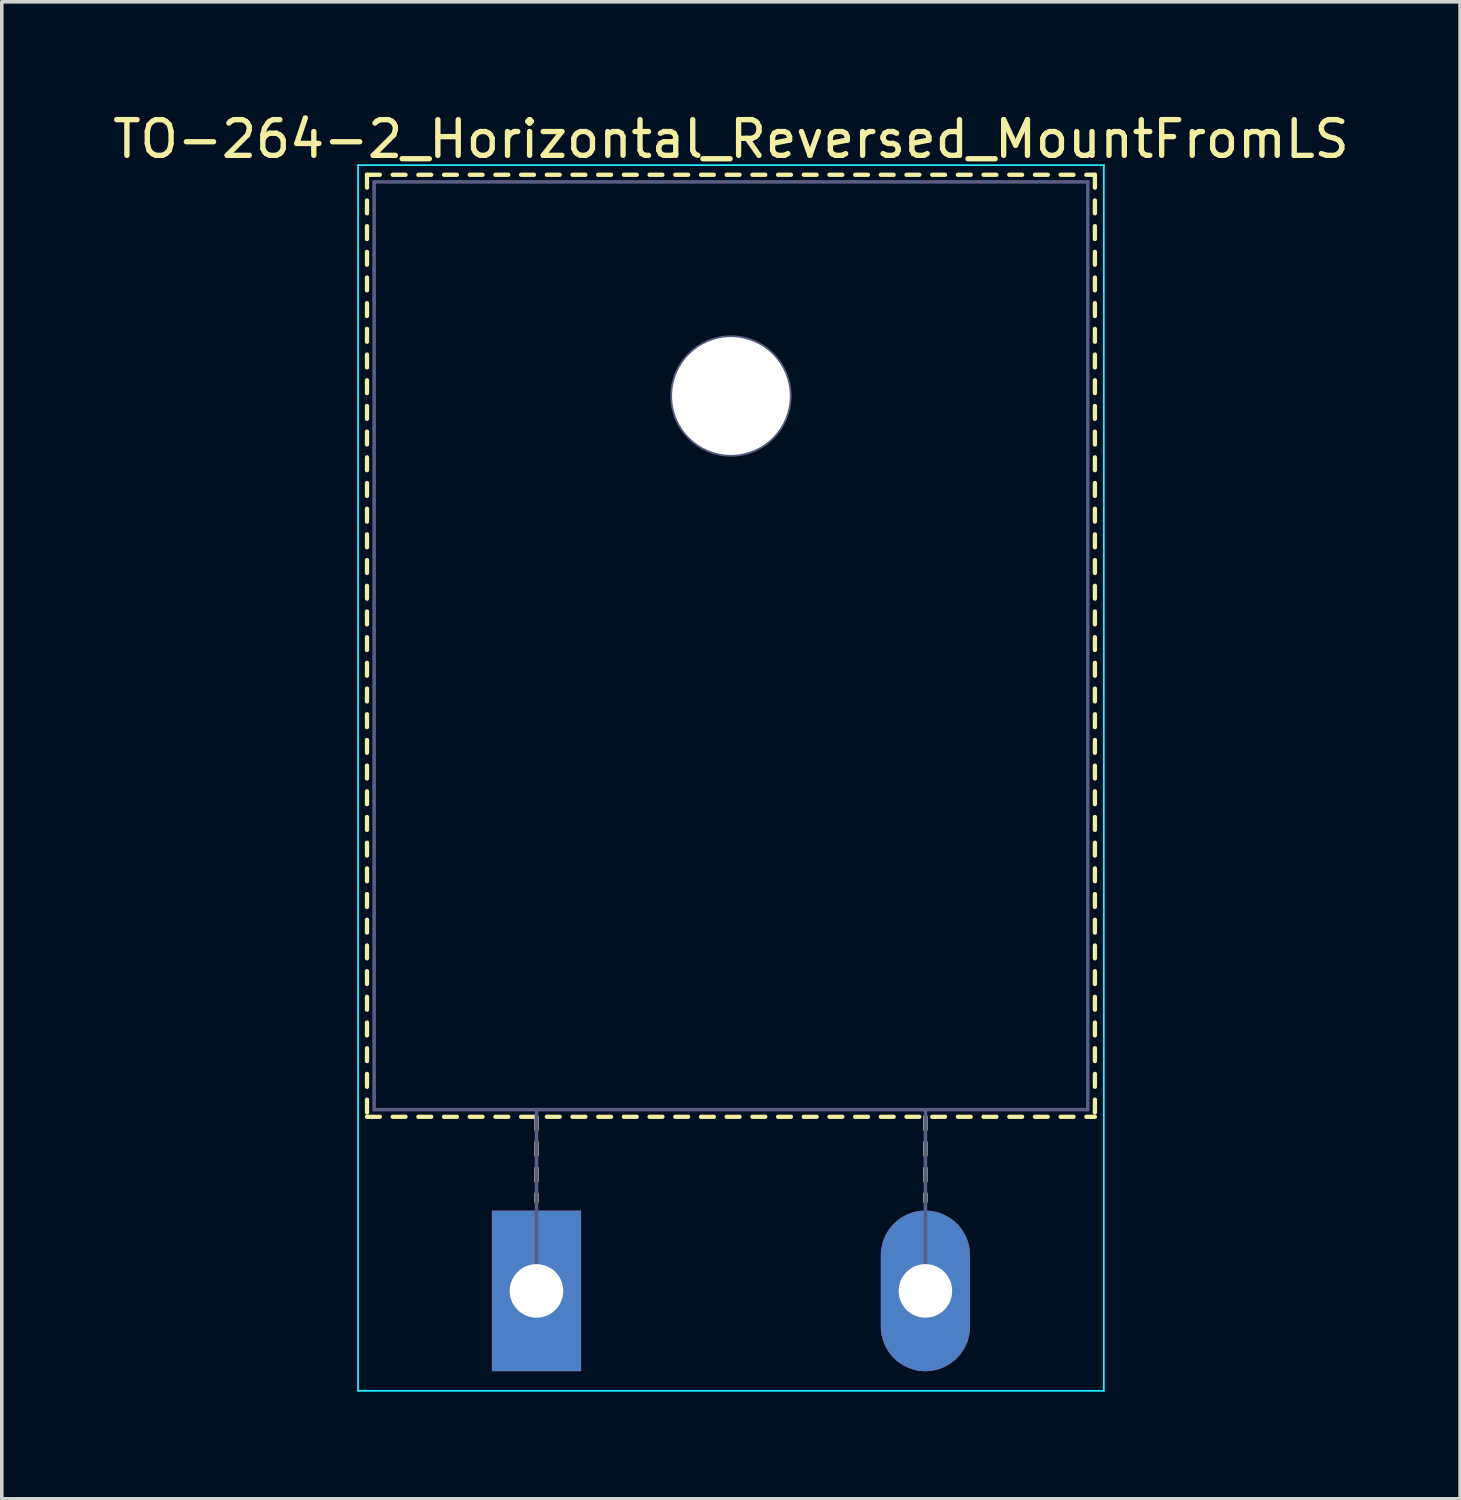
<source format=kicad_pcb>
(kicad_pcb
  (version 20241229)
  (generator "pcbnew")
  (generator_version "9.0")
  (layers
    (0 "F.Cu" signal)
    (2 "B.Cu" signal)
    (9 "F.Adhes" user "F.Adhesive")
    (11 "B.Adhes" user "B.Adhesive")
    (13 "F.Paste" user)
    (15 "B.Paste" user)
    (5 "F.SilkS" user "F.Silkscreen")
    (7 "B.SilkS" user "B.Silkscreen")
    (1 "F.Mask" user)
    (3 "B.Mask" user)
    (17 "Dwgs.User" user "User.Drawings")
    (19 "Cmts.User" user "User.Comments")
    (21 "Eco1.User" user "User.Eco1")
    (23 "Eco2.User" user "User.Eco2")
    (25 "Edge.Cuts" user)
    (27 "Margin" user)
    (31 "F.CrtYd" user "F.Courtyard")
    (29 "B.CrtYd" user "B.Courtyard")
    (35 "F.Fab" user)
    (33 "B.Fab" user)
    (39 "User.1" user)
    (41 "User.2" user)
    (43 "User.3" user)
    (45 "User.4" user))
  (footprint "TO-264-2_Horizontal_Reversed_MountFromLS"
    (layer "F.Cu")
    (at 11.985 33.128)
    (property "Reference" "TO-264-2_Horizontal_Reversed_MountFromLS" (at 5.45 -32.28 0) (layer "F.SilkS") (effects (font (size 1 1) (thickness 0.15))))
    (attr through_hole)
    (fp_line (start -4.75 -31.28) (end -4.75 -30.92) (stroke (width 0.12) (type solid)) (layer "F.SilkS"))
    (fp_line (start -4.75 -31.28) (end -4.39 -31.28) (stroke (width 0.12) (type solid)) (layer "F.SilkS"))
    (fp_line (start -4.75 -30.56) (end -4.75 -30.2) (stroke (width 0.12) (type solid)) (layer "F.SilkS"))
    (fp_line (start -4.75 -29.84) (end -4.75 -29.48) (stroke (width 0.12) (type solid)) (layer "F.SilkS"))
    (fp_line (start -4.75 -29.12) (end -4.75 -28.76) (stroke (width 0.12) (type solid)) (layer "F.SilkS"))
    (fp_line (start -4.75 -28.4) (end -4.75 -28.041) (stroke (width 0.12) (type solid)) (layer "F.SilkS"))
    (fp_line (start -4.75 -27.681) (end -4.75 -27.321) (stroke (width 0.12) (type solid)) (layer "F.SilkS"))
    (fp_line (start -4.75 -26.961) (end -4.75 -26.601) (stroke (width 0.12) (type solid)) (layer "F.SilkS"))
    (fp_line (start -4.75 -26.241) (end -4.75 -25.881) (stroke (width 0.12) (type solid)) (layer "F.SilkS"))
    (fp_line (start -4.75 -25.521) (end -4.75 -25.161) (stroke (width 0.12) (type solid)) (layer "F.SilkS"))
    (fp_line (start -4.75 -24.801) (end -4.75 -24.441) (stroke (width 0.12) (type solid)) (layer "F.SilkS"))
    (fp_line (start -4.75 -24.081) (end -4.75 -23.721) (stroke (width 0.12) (type solid)) (layer "F.SilkS"))
    (fp_line (start -4.75 -23.361) (end -4.75 -23.001) (stroke (width 0.12) (type solid)) (layer "F.SilkS"))
    (fp_line (start -4.75 -22.641) (end -4.75 -22.281) (stroke (width 0.12) (type solid)) (layer "F.SilkS"))
    (fp_line (start -4.75 -21.921) (end -4.75 -21.561) (stroke (width 0.12) (type solid)) (layer "F.SilkS"))
    (fp_line (start -4.75 -21.201) (end -4.75 -20.841) (stroke (width 0.12) (type solid)) (layer "F.SilkS"))
    (fp_line (start -4.75 -20.481) (end -4.75 -20.121) (stroke (width 0.12) (type solid)) (layer "F.SilkS"))
    (fp_line (start -4.75 -19.761) (end -4.75 -19.401) (stroke (width 0.12) (type solid)) (layer "F.SilkS"))
    (fp_line (start -4.75 -19.041) (end -4.75 -18.681) (stroke (width 0.12) (type solid)) (layer "F.SilkS"))
    (fp_line (start -4.75 -18.321) (end -4.75 -17.961) (stroke (width 0.12) (type solid)) (layer "F.SilkS"))
    (fp_line (start -4.75 -17.601) (end -4.75 -17.241) (stroke (width 0.12) (type solid)) (layer "F.SilkS"))
    (fp_line (start -4.75 -16.881) (end -4.75 -16.521) (stroke (width 0.12) (type solid)) (layer "F.SilkS"))
    (fp_line (start -4.75 -16.161) (end -4.75 -15.801) (stroke (width 0.12) (type solid)) (layer "F.SilkS"))
    (fp_line (start -4.75 -15.441) (end -4.75 -15.081) (stroke (width 0.12) (type solid)) (layer "F.SilkS"))
    (fp_line (start -4.75 -14.721) (end -4.75 -14.361) (stroke (width 0.12) (type solid)) (layer "F.SilkS"))
    (fp_line (start -4.75 -14.001) (end -4.75 -13.641) (stroke (width 0.12) (type solid)) (layer "F.SilkS"))
    (fp_line (start -4.75 -13.281) (end -4.75 -12.921) (stroke (width 0.12) (type solid)) (layer "F.SilkS"))
    (fp_line (start -4.75 -12.561) (end -4.75 -12.201) (stroke (width 0.12) (type solid)) (layer "F.SilkS"))
    (fp_line (start -4.75 -11.841) (end -4.75 -11.481) (stroke (width 0.12) (type solid)) (layer "F.SilkS"))
    (fp_line (start -4.75 -11.121) (end -4.75 -10.761) (stroke (width 0.12) (type solid)) (layer "F.SilkS"))
    (fp_line (start -4.75 -10.401) (end -4.75 -10.041) (stroke (width 0.12) (type solid)) (layer "F.SilkS"))
    (fp_line (start -4.75 -9.681) (end -4.75 -9.321) (stroke (width 0.12) (type solid)) (layer "F.SilkS"))
    (fp_line (start -4.75 -8.961) (end -4.75 -8.601) (stroke (width 0.12) (type solid)) (layer "F.SilkS"))
    (fp_line (start -4.75 -8.241) (end -4.75 -7.881) (stroke (width 0.12) (type solid)) (layer "F.SilkS"))
    (fp_line (start -4.75 -7.521) (end -4.75 -7.161) (stroke (width 0.12) (type solid)) (layer "F.SilkS"))
    (fp_line (start -4.75 -6.801) (end -4.75 -6.441) (stroke (width 0.12) (type solid)) (layer "F.SilkS"))
    (fp_line (start -4.75 -6.081) (end -4.75 -5.721) (stroke (width 0.12) (type solid)) (layer "F.SilkS"))
    (fp_line (start -4.75 -5.361) (end -4.75 -5.001) (stroke (width 0.12) (type solid)) (layer "F.SilkS"))
    (fp_line (start -4.75 -4.88) (end -4.39 -4.88) (stroke (width 0.12) (type solid)) (layer "F.SilkS"))
    (fp_line (start -4.03 -31.28) (end -3.67 -31.28) (stroke (width 0.12) (type solid)) (layer "F.SilkS"))
    (fp_line (start -4.03 -4.88) (end -3.67 -4.88) (stroke (width 0.12) (type solid)) (layer "F.SilkS"))
    (fp_line (start -3.31 -31.28) (end -2.95 -31.28) (stroke (width 0.12) (type solid)) (layer "F.SilkS"))
    (fp_line (start -3.31 -4.88) (end -2.95 -4.88) (stroke (width 0.12) (type solid)) (layer "F.SilkS"))
    (fp_line (start -2.59 -31.28) (end -2.23 -31.28) (stroke (width 0.12) (type solid)) (layer "F.SilkS"))
    (fp_line (start -2.59 -4.88) (end -2.23 -4.88) (stroke (width 0.12) (type solid)) (layer "F.SilkS"))
    (fp_line (start -1.87 -31.28) (end -1.511 -31.28) (stroke (width 0.12) (type solid)) (layer "F.SilkS"))
    (fp_line (start -1.87 -4.88) (end -1.511 -4.88) (stroke (width 0.12) (type solid)) (layer "F.SilkS"))
    (fp_line (start -1.151 -31.28) (end -0.791 -31.28) (stroke (width 0.12) (type solid)) (layer "F.SilkS"))
    (fp_line (start -1.151 -4.88) (end -0.791 -4.88) (stroke (width 0.12) (type solid)) (layer "F.SilkS"))
    (fp_line (start -0.431 -31.28) (end -0.071 -31.28) (stroke (width 0.12) (type solid)) (layer "F.SilkS"))
    (fp_line (start -0.431 -4.88) (end -0.071 -4.88) (stroke (width 0.12) (type solid)) (layer "F.SilkS"))
    (fp_line (start 0 -4.88) (end 0 -4.52) (stroke (width 0.12) (type solid)) (layer "F.SilkS"))
    (fp_line (start 0 -4.16) (end 0 -3.8) (stroke (width 0.12) (type solid)) (layer "F.SilkS"))
    (fp_line (start 0 -3.44) (end 0 -3.08) (stroke (width 0.12) (type solid)) (layer "F.SilkS"))
    (fp_line (start 0 -2.72) (end 0 -2.5) (stroke (width 0.12) (type solid)) (layer "F.SilkS"))
    (fp_line (start 0.29 -31.28) (end 0.65 -31.28) (stroke (width 0.12) (type solid)) (layer "F.SilkS"))
    (fp_line (start 0.29 -4.88) (end 0.65 -4.88) (stroke (width 0.12) (type solid)) (layer "F.SilkS"))
    (fp_line (start 1.01 -31.28) (end 1.37 -31.28) (stroke (width 0.12) (type solid)) (layer "F.SilkS"))
    (fp_line (start 1.01 -4.88) (end 1.37 -4.88) (stroke (width 0.12) (type solid)) (layer "F.SilkS"))
    (fp_line (start 1.73 -31.28) (end 2.09 -31.28) (stroke (width 0.12) (type solid)) (layer "F.SilkS"))
    (fp_line (start 1.73 -4.88) (end 2.09 -4.88) (stroke (width 0.12) (type solid)) (layer "F.SilkS"))
    (fp_line (start 2.45 -31.28) (end 2.81 -31.28) (stroke (width 0.12) (type solid)) (layer "F.SilkS"))
    (fp_line (start 2.45 -4.88) (end 2.81 -4.88) (stroke (width 0.12) (type solid)) (layer "F.SilkS"))
    (fp_line (start 3.17 -31.28) (end 3.53 -31.28) (stroke (width 0.12) (type solid)) (layer "F.SilkS"))
    (fp_line (start 3.17 -4.88) (end 3.53 -4.88) (stroke (width 0.12) (type solid)) (layer "F.SilkS"))
    (fp_line (start 3.89 -31.28) (end 4.25 -31.28) (stroke (width 0.12) (type solid)) (layer "F.SilkS"))
    (fp_line (start 3.89 -4.88) (end 4.25 -4.88) (stroke (width 0.12) (type solid)) (layer "F.SilkS"))
    (fp_line (start 4.61 -31.28) (end 4.97 -31.28) (stroke (width 0.12) (type solid)) (layer "F.SilkS"))
    (fp_line (start 4.61 -4.88) (end 4.97 -4.88) (stroke (width 0.12) (type solid)) (layer "F.SilkS"))
    (fp_line (start 5.33 -31.28) (end 5.69 -31.28) (stroke (width 0.12) (type solid)) (layer "F.SilkS"))
    (fp_line (start 5.33 -4.88) (end 5.69 -4.88) (stroke (width 0.12) (type solid)) (layer "F.SilkS"))
    (fp_line (start 6.051 -31.28) (end 6.411 -31.28) (stroke (width 0.12) (type solid)) (layer "F.SilkS"))
    (fp_line (start 6.051 -4.88) (end 6.411 -4.88) (stroke (width 0.12) (type solid)) (layer "F.SilkS"))
    (fp_line (start 6.771 -31.28) (end 7.131 -31.28) (stroke (width 0.12) (type solid)) (layer "F.SilkS"))
    (fp_line (start 6.771 -4.88) (end 7.131 -4.88) (stroke (width 0.12) (type solid)) (layer "F.SilkS"))
    (fp_line (start 7.491 -31.28) (end 7.851 -31.28) (stroke (width 0.12) (type solid)) (layer "F.SilkS"))
    (fp_line (start 7.491 -4.88) (end 7.851 -4.88) (stroke (width 0.12) (type solid)) (layer "F.SilkS"))
    (fp_line (start 8.211 -31.28) (end 8.571 -31.28) (stroke (width 0.12) (type solid)) (layer "F.SilkS"))
    (fp_line (start 8.211 -4.88) (end 8.571 -4.88) (stroke (width 0.12) (type solid)) (layer "F.SilkS"))
    (fp_line (start 8.931 -31.28) (end 9.29 -31.28) (stroke (width 0.12) (type solid)) (layer "F.SilkS"))
    (fp_line (start 8.931 -4.88) (end 9.29 -4.88) (stroke (width 0.12) (type solid)) (layer "F.SilkS"))
    (fp_line (start 9.65 -31.28) (end 10.01 -31.28) (stroke (width 0.12) (type solid)) (layer "F.SilkS"))
    (fp_line (start 9.65 -4.88) (end 10.01 -4.88) (stroke (width 0.12) (type solid)) (layer "F.SilkS"))
    (fp_line (start 10.37 -31.28) (end 10.73 -31.28) (stroke (width 0.12) (type solid)) (layer "F.SilkS"))
    (fp_line (start 10.37 -4.88) (end 10.73 -4.88) (stroke (width 0.12) (type solid)) (layer "F.SilkS"))
    (fp_line (start 10.9 -4.88) (end 10.9 -4.52) (stroke (width 0.12) (type solid)) (layer "F.SilkS"))
    (fp_line (start 10.9 -4.16) (end 10.9 -3.8) (stroke (width 0.12) (type solid)) (layer "F.SilkS"))
    (fp_line (start 10.9 -3.44) (end 10.9 -3.08) (stroke (width 0.12) (type solid)) (layer "F.SilkS"))
    (fp_line (start 10.9 -2.72) (end 10.9 -2.5) (stroke (width 0.12) (type solid)) (layer "F.SilkS"))
    (fp_line (start 11.09 -31.28) (end 11.45 -31.28) (stroke (width 0.12) (type solid)) (layer "F.SilkS"))
    (fp_line (start 11.09 -4.88) (end 11.45 -4.88) (stroke (width 0.12) (type solid)) (layer "F.SilkS"))
    (fp_line (start 11.81 -31.28) (end 12.17 -31.28) (stroke (width 0.12) (type solid)) (layer "F.SilkS"))
    (fp_line (start 11.81 -4.88) (end 12.17 -4.88) (stroke (width 0.12) (type solid)) (layer "F.SilkS"))
    (fp_line (start 12.53 -31.28) (end 12.89 -31.28) (stroke (width 0.12) (type solid)) (layer "F.SilkS"))
    (fp_line (start 12.53 -4.88) (end 12.89 -4.88) (stroke (width 0.12) (type solid)) (layer "F.SilkS"))
    (fp_line (start 13.25 -31.28) (end 13.61 -31.28) (stroke (width 0.12) (type solid)) (layer "F.SilkS"))
    (fp_line (start 13.25 -4.88) (end 13.61 -4.88) (stroke (width 0.12) (type solid)) (layer "F.SilkS"))
    (fp_line (start 13.97 -31.28) (end 14.33 -31.28) (stroke (width 0.12) (type solid)) (layer "F.SilkS"))
    (fp_line (start 13.97 -4.88) (end 14.33 -4.88) (stroke (width 0.12) (type solid)) (layer "F.SilkS"))
    (fp_line (start 14.69 -31.28) (end 15.05 -31.28) (stroke (width 0.12) (type solid)) (layer "F.SilkS"))
    (fp_line (start 14.69 -4.88) (end 15.05 -4.88) (stroke (width 0.12) (type solid)) (layer "F.SilkS"))
    (fp_line (start 15.41 -31.28) (end 15.65 -31.28) (stroke (width 0.12) (type solid)) (layer "F.SilkS"))
    (fp_line (start 15.41 -4.88) (end 15.65 -4.88) (stroke (width 0.12) (type solid)) (layer "F.SilkS"))
    (fp_line (start 15.65 -31.28) (end 15.65 -30.92) (stroke (width 0.12) (type solid)) (layer "F.SilkS"))
    (fp_line (start 15.65 -30.56) (end 15.65 -30.2) (stroke (width 0.12) (type solid)) (layer "F.SilkS"))
    (fp_line (start 15.65 -29.84) (end 15.65 -29.48) (stroke (width 0.12) (type solid)) (layer "F.SilkS"))
    (fp_line (start 15.65 -29.12) (end 15.65 -28.76) (stroke (width 0.12) (type solid)) (layer "F.SilkS"))
    (fp_line (start 15.65 -28.4) (end 15.65 -28.041) (stroke (width 0.12) (type solid)) (layer "F.SilkS"))
    (fp_line (start 15.65 -27.681) (end 15.65 -27.321) (stroke (width 0.12) (type solid)) (layer "F.SilkS"))
    (fp_line (start 15.65 -26.961) (end 15.65 -26.601) (stroke (width 0.12) (type solid)) (layer "F.SilkS"))
    (fp_line (start 15.65 -26.241) (end 15.65 -25.881) (stroke (width 0.12) (type solid)) (layer "F.SilkS"))
    (fp_line (start 15.65 -25.521) (end 15.65 -25.161) (stroke (width 0.12) (type solid)) (layer "F.SilkS"))
    (fp_line (start 15.65 -24.801) (end 15.65 -24.441) (stroke (width 0.12) (type solid)) (layer "F.SilkS"))
    (fp_line (start 15.65 -24.081) (end 15.65 -23.721) (stroke (width 0.12) (type solid)) (layer "F.SilkS"))
    (fp_line (start 15.65 -23.361) (end 15.65 -23.001) (stroke (width 0.12) (type solid)) (layer "F.SilkS"))
    (fp_line (start 15.65 -22.641) (end 15.65 -22.281) (stroke (width 0.12) (type solid)) (layer "F.SilkS"))
    (fp_line (start 15.65 -21.921) (end 15.65 -21.561) (stroke (width 0.12) (type solid)) (layer "F.SilkS"))
    (fp_line (start 15.65 -21.201) (end 15.65 -20.841) (stroke (width 0.12) (type solid)) (layer "F.SilkS"))
    (fp_line (start 15.65 -20.481) (end 15.65 -20.121) (stroke (width 0.12) (type solid)) (layer "F.SilkS"))
    (fp_line (start 15.65 -19.761) (end 15.65 -19.401) (stroke (width 0.12) (type solid)) (layer "F.SilkS"))
    (fp_line (start 15.65 -19.041) (end 15.65 -18.681) (stroke (width 0.12) (type solid)) (layer "F.SilkS"))
    (fp_line (start 15.65 -18.321) (end 15.65 -17.961) (stroke (width 0.12) (type solid)) (layer "F.SilkS"))
    (fp_line (start 15.65 -17.601) (end 15.65 -17.241) (stroke (width 0.12) (type solid)) (layer "F.SilkS"))
    (fp_line (start 15.65 -16.881) (end 15.65 -16.521) (stroke (width 0.12) (type solid)) (layer "F.SilkS"))
    (fp_line (start 15.65 -16.161) (end 15.65 -15.801) (stroke (width 0.12) (type solid)) (layer "F.SilkS"))
    (fp_line (start 15.65 -15.441) (end 15.65 -15.081) (stroke (width 0.12) (type solid)) (layer "F.SilkS"))
    (fp_line (start 15.65 -14.721) (end 15.65 -14.361) (stroke (width 0.12) (type solid)) (layer "F.SilkS"))
    (fp_line (start 15.65 -14.001) (end 15.65 -13.641) (stroke (width 0.12) (type solid)) (layer "F.SilkS"))
    (fp_line (start 15.65 -13.281) (end 15.65 -12.921) (stroke (width 0.12) (type solid)) (layer "F.SilkS"))
    (fp_line (start 15.65 -12.561) (end 15.65 -12.201) (stroke (width 0.12) (type solid)) (layer "F.SilkS"))
    (fp_line (start 15.65 -11.841) (end 15.65 -11.481) (stroke (width 0.12) (type solid)) (layer "F.SilkS"))
    (fp_line (start 15.65 -11.121) (end 15.65 -10.761) (stroke (width 0.12) (type solid)) (layer "F.SilkS"))
    (fp_line (start 15.65 -10.401) (end 15.65 -10.041) (stroke (width 0.12) (type solid)) (layer "F.SilkS"))
    (fp_line (start 15.65 -9.681) (end 15.65 -9.321) (stroke (width 0.12) (type solid)) (layer "F.SilkS"))
    (fp_line (start 15.65 -8.961) (end 15.65 -8.601) (stroke (width 0.12) (type solid)) (layer "F.SilkS"))
    (fp_line (start 15.65 -8.241) (end 15.65 -7.881) (stroke (width 0.12) (type solid)) (layer "F.SilkS"))
    (fp_line (start 15.65 -7.521) (end 15.65 -7.161) (stroke (width 0.12) (type solid)) (layer "F.SilkS"))
    (fp_line (start 15.65 -6.801) (end 15.65 -6.441) (stroke (width 0.12) (type solid)) (layer "F.SilkS"))
    (fp_line (start 15.65 -6.081) (end 15.65 -5.721) (stroke (width 0.12) (type solid)) (layer "F.SilkS"))
    (fp_line (start 15.65 -5.361) (end 15.65 -5.001) (stroke (width 0.12) (type solid)) (layer "F.SilkS"))
    (fp_line (start -5 -31.55) (end -5 2.8) (stroke (width 0.05) (type solid)) (layer "B.CrtYd"))
    (fp_line (start -5 2.8) (end 15.9 2.8) (stroke (width 0.05) (type solid)) (layer "B.CrtYd"))
    (fp_line (start 15.9 -31.55) (end -5 -31.55) (stroke (width 0.05) (type solid)) (layer "B.CrtYd"))
    (fp_line (start 15.9 2.8) (end 15.9 -31.55) (stroke (width 0.05) (type solid)) (layer "B.CrtYd"))
    (fp_line (start -4.55 -31.08) (end 15.45 -31.08) (stroke (width 0.1) (type solid)) (layer "B.Fab"))
    (fp_line (start -4.55 -5.08) (end -4.55 -31.08) (stroke (width 0.1) (type solid)) (layer "B.Fab"))
    (fp_line (start 0 -5.08) (end 0 0) (stroke (width 0.1) (type solid)) (layer "B.Fab"))
    (fp_line (start 10.9 -5.08) (end 10.9 0) (stroke (width 0.1) (type solid)) (layer "B.Fab"))
    (fp_line (start 15.45 -31.08) (end 15.45 -5.08) (stroke (width 0.1) (type solid)) (layer "B.Fab"))
    (fp_line (start 15.45 -5.08) (end -4.55 -5.08) (stroke (width 0.1) (type solid)) (layer "B.Fab"))
    (fp_circle (center 5.45 -25.08) (end 7.1 -25.08) (stroke (width 0.1) (type solid)) (fill no) (layer "B.Fab"))
    (pad "" np_thru_hole oval (at 5.45 -25.08) (size 3.3 3.3) (drill 3.3) (layers "*.Cu" "*.Mask"))
    (pad "1" thru_hole rect (at 0 0) (size 2.5 4.5) (drill 1.5) (layers "*.Cu" "*.Mask"))
    (pad "2" thru_hole oval (at 10.9 0) (size 2.5 4.5) (drill 1.5) (layers "*.Cu" "*.Mask")))
  (gr_rect
    (start -3 -3)
    (end 37.869 38.953)
    (stroke (width 0.1) (type default))
    (fill no)
    (layer "Edge.Cuts")))
</source>
